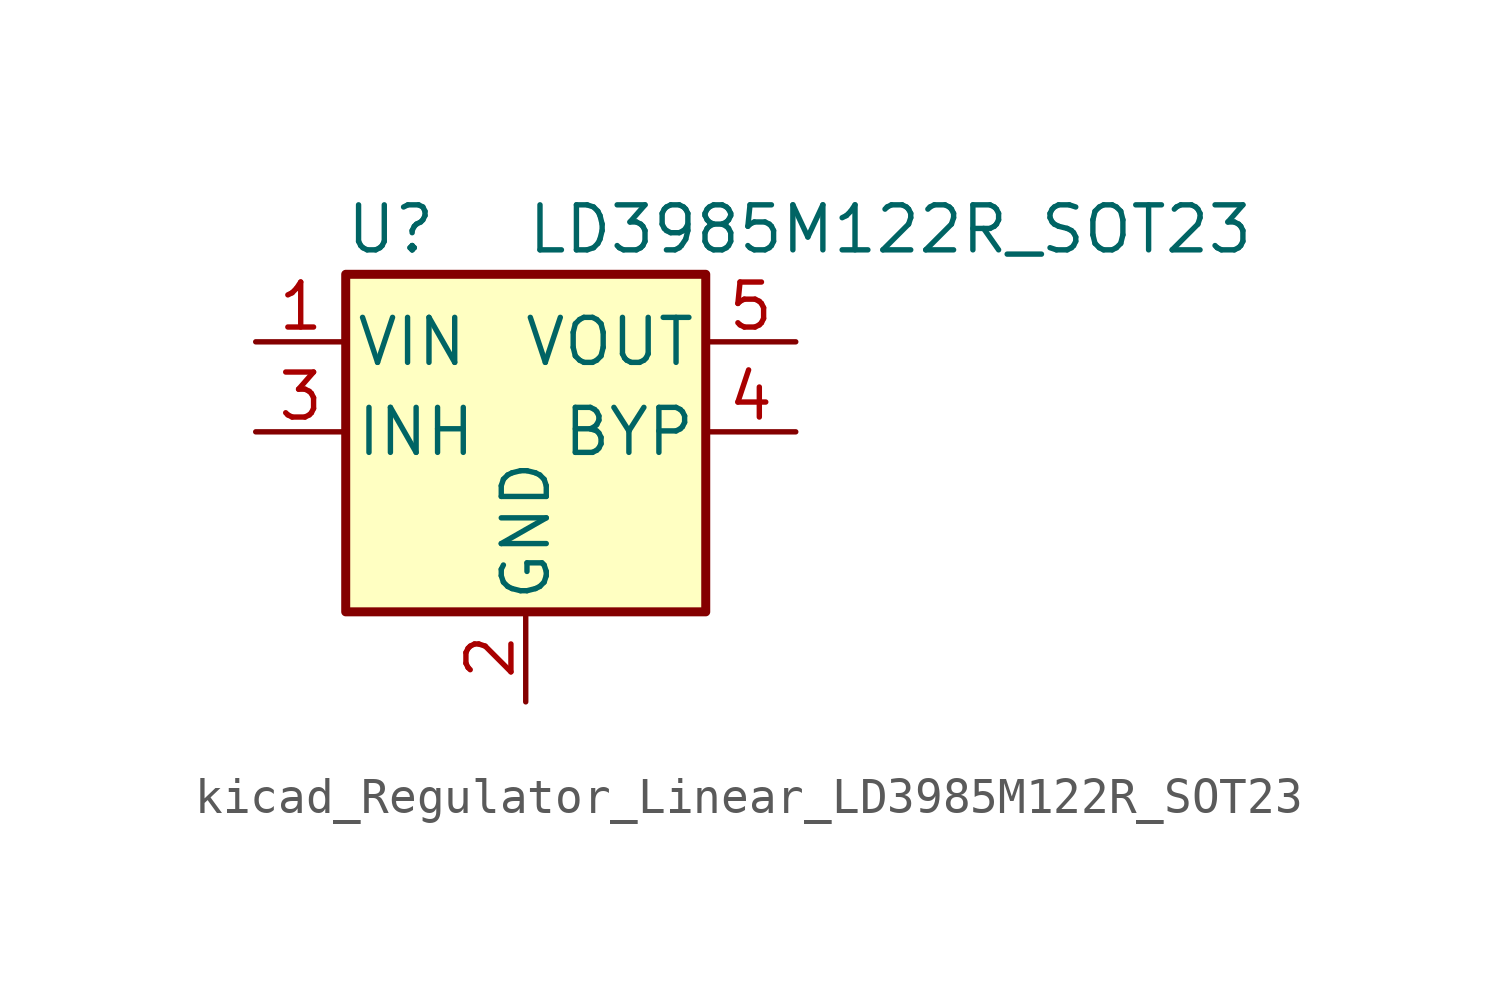
<source format=kicad_sym>
(kicad_symbol_lib
  (version 20220914)
  (generator kicad_symbol_editor)
  (symbol "kicad_Regulator_Linear_LD3985M122R_SOT23"
    (pin_names
      (offset 0.254))
    (property "Reference" "U"
      (at -3.81 5.715 0)
      (effects (font (size 1.27 1.27))))
    (property "Value" "LD3985M122R_SOT23"
      (at 0 5.715 0)
      (effects (font (size 1.27 1.27)) (justify left)))
    (symbol "kicad_Regulator_Linear_LD3985M122R_SOT23_0_1"
      (rectangle (start -5.08 4.445) (end 5.08 -5.08) (stroke (width 0.254) (type default)) (fill (type background))))
    (symbol "kicad_Regulator_Linear_LD3985M122R_SOT23_1_1"
      (pin power_in line (at -7.62 2.54 0) (length 2.54) (name "VIN" (effects (font (size 1.27 1.27)))) (number "1" (effects (font (size 1.27 1.27)))))
      (pin power_in line (at 0 -7.62 90) (length 2.54) (name "GND" (effects (font (size 1.27 1.27)))) (number "2" (effects (font (size 1.27 1.27)))))
      (pin input line (at -7.62 0 0) (length 2.54) (name "INH" (effects (font (size 1.27 1.27)))) (number "3" (effects (font (size 1.27 1.27)))))
      (pin input line (at 7.62 0 180) (length 2.54) (name "BYP" (effects (font (size 1.27 1.27)))) (number "4" (effects (font (size 1.27 1.27)))))
      (pin power_out line (at 7.62 2.54 180) (length 2.54) (name "VOUT" (effects (font (size 1.27 1.27)))) (number "5" (effects (font (size 1.27 1.27))))))))
</source>
